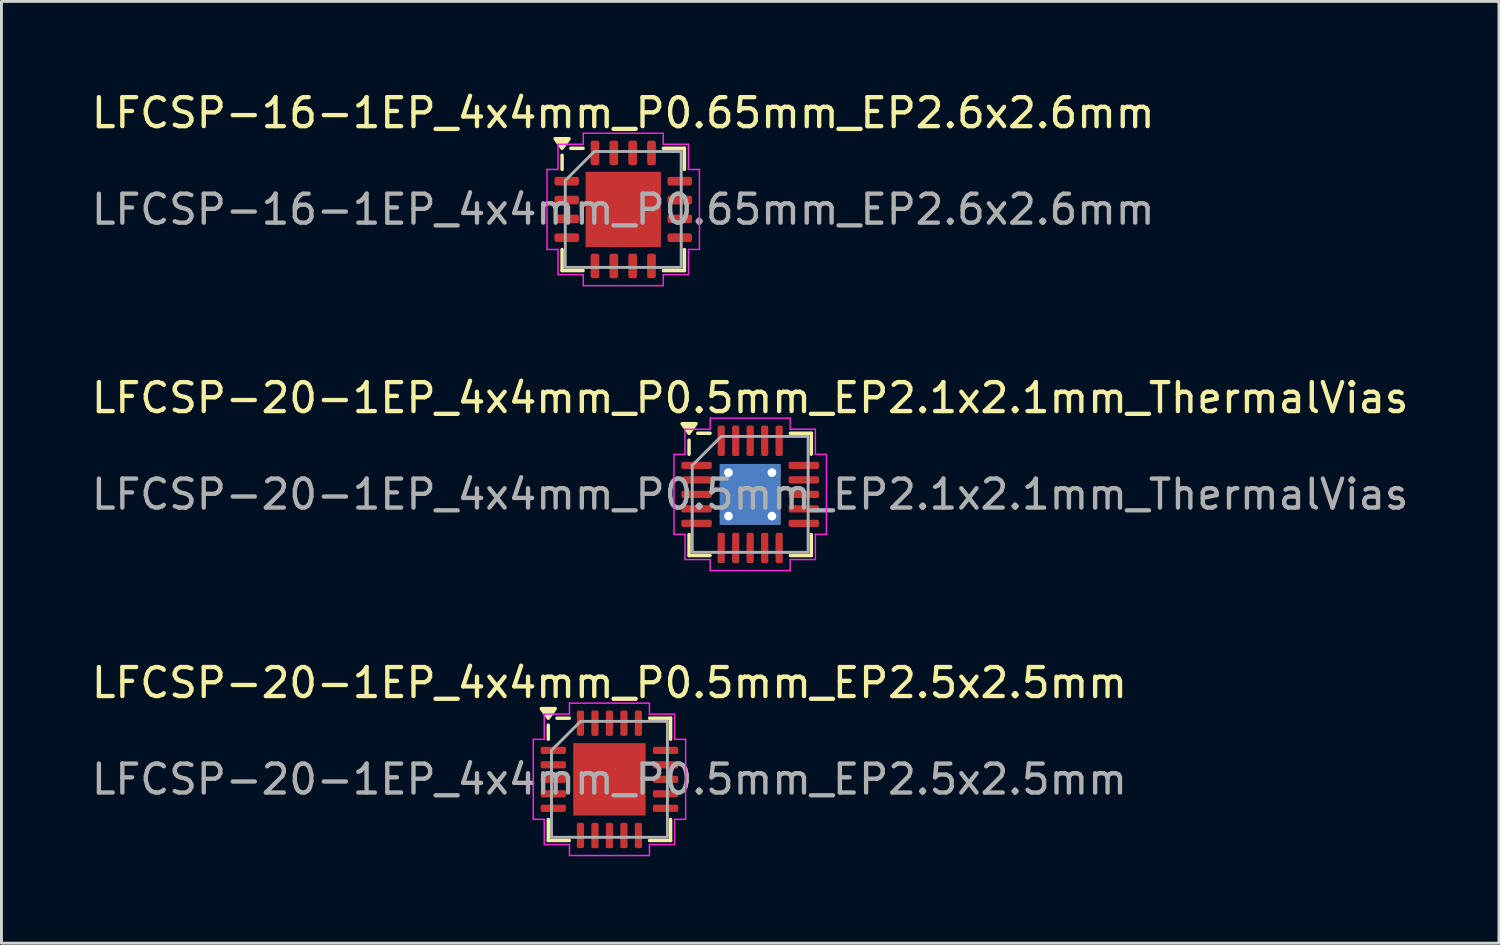
<source format=kicad_pcb>
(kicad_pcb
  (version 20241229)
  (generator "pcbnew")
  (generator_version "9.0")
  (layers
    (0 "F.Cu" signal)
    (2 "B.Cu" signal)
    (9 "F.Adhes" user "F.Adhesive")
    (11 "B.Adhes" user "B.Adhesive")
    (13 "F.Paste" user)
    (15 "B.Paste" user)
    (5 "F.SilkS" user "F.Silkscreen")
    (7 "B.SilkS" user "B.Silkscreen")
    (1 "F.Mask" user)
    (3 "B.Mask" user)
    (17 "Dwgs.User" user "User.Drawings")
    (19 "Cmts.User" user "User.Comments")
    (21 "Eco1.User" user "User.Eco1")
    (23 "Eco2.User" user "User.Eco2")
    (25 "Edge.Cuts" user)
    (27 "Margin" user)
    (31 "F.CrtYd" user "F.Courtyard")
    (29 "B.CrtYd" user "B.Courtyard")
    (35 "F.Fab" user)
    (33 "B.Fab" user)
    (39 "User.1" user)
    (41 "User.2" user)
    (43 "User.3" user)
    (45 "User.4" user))
  (footprint "LFCSP-20-1EP_4x4mm_P0.5mm_EP2.1x2.1mm_ThermalVias"
    (layer "F.Cu")
    (at 22.839 14.011)
    (property "Reference" "LFCSP-20-1EP_4x4mm_P0.5mm_EP2.1x2.1mm_ThermalVias" (at 0 -3.33 0) (layer "F.SilkS") (effects (font (size 1 1) (thickness 0.15))))
    (attr smd)
    (fp_line (start -2.11 -1.385) (end -2.11 -1.87) (stroke (width 0.12) (type solid)) (layer "F.SilkS"))
    (fp_line (start -2.11 2.11) (end -2.11 1.385) (stroke (width 0.12) (type solid)) (layer "F.SilkS"))
    (fp_line (start -1.385 -2.11) (end -1.81 -2.11) (stroke (width 0.12) (type solid)) (layer "F.SilkS"))
    (fp_line (start -1.385 2.11) (end -2.11 2.11) (stroke (width 0.12) (type solid)) (layer "F.SilkS"))
    (fp_line (start 1.385 -2.11) (end 2.11 -2.11) (stroke (width 0.12) (type solid)) (layer "F.SilkS"))
    (fp_line (start 1.385 2.11) (end 2.11 2.11) (stroke (width 0.12) (type solid)) (layer "F.SilkS"))
    (fp_line (start 2.11 -2.11) (end 2.11 -1.385) (stroke (width 0.12) (type solid)) (layer "F.SilkS"))
    (fp_line (start 2.11 2.11) (end 2.11 1.385) (stroke (width 0.12) (type solid)) (layer "F.SilkS"))
    (fp_poly (pts (xy -2.11 -2.11) (xy -2.35 -2.44) (xy -1.87 -2.44)) (stroke (width 0.12) (type solid)) (fill yes) (layer "F.SilkS"))
    (fp_line (start -2.63 -1.38) (end -2.25 -1.38) (stroke (width 0.05) (type solid)) (layer "F.CrtYd"))
    (fp_line (start -2.63 1.38) (end -2.63 -1.38) (stroke (width 0.05) (type solid)) (layer "F.CrtYd"))
    (fp_line (start -2.25 -2.25) (end -1.38 -2.25) (stroke (width 0.05) (type solid)) (layer "F.CrtYd"))
    (fp_line (start -2.25 -1.38) (end -2.25 -2.25) (stroke (width 0.05) (type solid)) (layer "F.CrtYd"))
    (fp_line (start -2.25 1.38) (end -2.63 1.38) (stroke (width 0.05) (type solid)) (layer "F.CrtYd"))
    (fp_line (start -2.25 2.25) (end -2.25 1.38) (stroke (width 0.05) (type solid)) (layer "F.CrtYd"))
    (fp_line (start -1.38 -2.63) (end 1.38 -2.63) (stroke (width 0.05) (type solid)) (layer "F.CrtYd"))
    (fp_line (start -1.38 -2.25) (end -1.38 -2.63) (stroke (width 0.05) (type solid)) (layer "F.CrtYd"))
    (fp_line (start -1.38 2.25) (end -2.25 2.25) (stroke (width 0.05) (type solid)) (layer "F.CrtYd"))
    (fp_line (start -1.38 2.63) (end -1.38 2.25) (stroke (width 0.05) (type solid)) (layer "F.CrtYd"))
    (fp_line (start 1.38 -2.63) (end 1.38 -2.25) (stroke (width 0.05) (type solid)) (layer "F.CrtYd"))
    (fp_line (start 1.38 -2.25) (end 2.25 -2.25) (stroke (width 0.05) (type solid)) (layer "F.CrtYd"))
    (fp_line (start 1.38 2.25) (end 1.38 2.63) (stroke (width 0.05) (type solid)) (layer "F.CrtYd"))
    (fp_line (start 1.38 2.63) (end -1.38 2.63) (stroke (width 0.05) (type solid)) (layer "F.CrtYd"))
    (fp_line (start 2.25 -2.25) (end 2.25 -1.38) (stroke (width 0.05) (type solid)) (layer "F.CrtYd"))
    (fp_line (start 2.25 -1.38) (end 2.63 -1.38) (stroke (width 0.05) (type solid)) (layer "F.CrtYd"))
    (fp_line (start 2.25 1.38) (end 2.25 2.25) (stroke (width 0.05) (type solid)) (layer "F.CrtYd"))
    (fp_line (start 2.25 2.25) (end 1.38 2.25) (stroke (width 0.05) (type solid)) (layer "F.CrtYd"))
    (fp_line (start 2.63 -1.38) (end 2.63 1.38) (stroke (width 0.05) (type solid)) (layer "F.CrtYd"))
    (fp_line (start 2.63 1.38) (end 2.25 1.38) (stroke (width 0.05) (type solid)) (layer "F.CrtYd"))
    (fp_poly (pts (xy -2 -1) (xy -2 2) (xy 2 2) (xy 2 -2) (xy -1 -2)) (stroke (width 0.1) (type solid)) (fill no) (layer "F.Fab"))
    (fp_text user "${REFERENCE}" (at 0 0 0) (layer "F.Fab") (effects (font (size 1 1) (thickness 0.15))))
    (pad "" smd roundrect (at 0 0) (size 1.76 1.76) (layers "F.Paste") (roundrect_rratio 0.142))
    (pad "1" smd roundrect (at -1.85 -1) (size 1.05 0.25) (layers "F.Cu" "F.Mask" "F.Paste") (roundrect_rratio 0.25))
    (pad "2" smd roundrect (at -1.85 -0.5) (size 1.05 0.25) (layers "F.Cu" "F.Mask" "F.Paste") (roundrect_rratio 0.25))
    (pad "3" smd roundrect (at -1.85 0) (size 1.05 0.25) (layers "F.Cu" "F.Mask" "F.Paste") (roundrect_rratio 0.25))
    (pad "4" smd roundrect (at -1.85 0.5) (size 1.05 0.25) (layers "F.Cu" "F.Mask" "F.Paste") (roundrect_rratio 0.25))
    (pad "5" smd roundrect (at -1.85 1) (size 1.05 0.25) (layers "F.Cu" "F.Mask" "F.Paste") (roundrect_rratio 0.25))
    (pad "6" smd roundrect (at -1 1.85) (size 0.25 1.05) (layers "F.Cu" "F.Mask" "F.Paste") (roundrect_rratio 0.25))
    (pad "7" smd roundrect (at -0.5 1.85) (size 0.25 1.05) (layers "F.Cu" "F.Mask" "F.Paste") (roundrect_rratio 0.25))
    (pad "8" smd roundrect (at 0 1.85) (size 0.25 1.05) (layers "F.Cu" "F.Mask" "F.Paste") (roundrect_rratio 0.25))
    (pad "9" smd roundrect (at 0.5 1.85) (size 0.25 1.05) (layers "F.Cu" "F.Mask" "F.Paste") (roundrect_rratio 0.25))
    (pad "10" smd roundrect (at 1 1.85) (size 0.25 1.05) (layers "F.Cu" "F.Mask" "F.Paste") (roundrect_rratio 0.25))
    (pad "11" smd roundrect (at 1.85 1) (size 1.05 0.25) (layers "F.Cu" "F.Mask" "F.Paste") (roundrect_rratio 0.25))
    (pad "12" smd roundrect (at 1.85 0.5) (size 1.05 0.25) (layers "F.Cu" "F.Mask" "F.Paste") (roundrect_rratio 0.25))
    (pad "13" smd roundrect (at 1.85 0) (size 1.05 0.25) (layers "F.Cu" "F.Mask" "F.Paste") (roundrect_rratio 0.25))
    (pad "14" smd roundrect (at 1.85 -0.5) (size 1.05 0.25) (layers "F.Cu" "F.Mask" "F.Paste") (roundrect_rratio 0.25))
    (pad "15" smd roundrect (at 1.85 -1) (size 1.05 0.25) (layers "F.Cu" "F.Mask" "F.Paste") (roundrect_rratio 0.25))
    (pad "16" smd roundrect (at 1 -1.85) (size 0.25 1.05) (layers "F.Cu" "F.Mask" "F.Paste") (roundrect_rratio 0.25))
    (pad "17" smd roundrect (at 0.5 -1.85) (size 0.25 1.05) (layers "F.Cu" "F.Mask" "F.Paste") (roundrect_rratio 0.25))
    (pad "18" smd roundrect (at 0 -1.85) (size 0.25 1.05) (layers "F.Cu" "F.Mask" "F.Paste") (roundrect_rratio 0.25))
    (pad "19" smd roundrect (at -0.5 -1.85) (size 0.25 1.05) (layers "F.Cu" "F.Mask" "F.Paste") (roundrect_rratio 0.25))
    (pad "20" smd roundrect (at -1 -1.85) (size 0.25 1.05) (layers "F.Cu" "F.Mask" "F.Paste") (roundrect_rratio 0.25))
    (pad "21" thru_hole circle (at -0.75 -0.75) (size 0.6 0.6) (drill 0.3) (property pad_prop_heatsink) (layers "*.Cu"))
    (pad "21" thru_hole circle (at -0.75 0.75) (size 0.6 0.6) (drill 0.3) (property pad_prop_heatsink) (layers "*.Cu"))
    (pad "21" smd rect (at 0 0) (size 2.1 2.1) (property pad_prop_heatsink) (layers "F.Cu" "F.Mask"))
    (pad "21" smd rect (at 0 0) (size 2.1 2.1) (property pad_prop_heatsink) (layers "B.Cu"))
    (pad "21" thru_hole circle (at 0.75 -0.75) (size 0.6 0.6) (drill 0.3) (property pad_prop_heatsink) (layers "*.Cu"))
    (pad "21" thru_hole circle (at 0.75 0.75) (size 0.6 0.6) (drill 0.3) (property pad_prop_heatsink) (layers "*.Cu")))
  (footprint "LFCSP-20-1EP_4x4mm_P0.5mm_EP2.5x2.5mm"
    (layer "F.Cu")
    (at 17.982 23.845)
    (property "Reference" "LFCSP-20-1EP_4x4mm_P0.5mm_EP2.5x2.5mm" (at 0 -3.33 0) (layer "F.SilkS") (effects (font (size 1 1) (thickness 0.15))))
    (attr smd)
    (fp_line (start -2.11 -1.385) (end -2.11 -1.87) (stroke (width 0.12) (type solid)) (layer "F.SilkS"))
    (fp_line (start -2.11 2.11) (end -2.11 1.385) (stroke (width 0.12) (type solid)) (layer "F.SilkS"))
    (fp_line (start -1.385 -2.11) (end -1.81 -2.11) (stroke (width 0.12) (type solid)) (layer "F.SilkS"))
    (fp_line (start -1.385 2.11) (end -2.11 2.11) (stroke (width 0.12) (type solid)) (layer "F.SilkS"))
    (fp_line (start 1.385 -2.11) (end 2.11 -2.11) (stroke (width 0.12) (type solid)) (layer "F.SilkS"))
    (fp_line (start 1.385 2.11) (end 2.11 2.11) (stroke (width 0.12) (type solid)) (layer "F.SilkS"))
    (fp_line (start 2.11 -2.11) (end 2.11 -1.385) (stroke (width 0.12) (type solid)) (layer "F.SilkS"))
    (fp_line (start 2.11 2.11) (end 2.11 1.385) (stroke (width 0.12) (type solid)) (layer "F.SilkS"))
    (fp_poly (pts (xy -2.11 -2.11) (xy -2.35 -2.44) (xy -1.87 -2.44)) (stroke (width 0.12) (type solid)) (fill yes) (layer "F.SilkS"))
    (fp_line (start -2.63 -1.38) (end -2.25 -1.38) (stroke (width 0.05) (type solid)) (layer "F.CrtYd"))
    (fp_line (start -2.63 1.38) (end -2.63 -1.38) (stroke (width 0.05) (type solid)) (layer "F.CrtYd"))
    (fp_line (start -2.25 -2.25) (end -1.38 -2.25) (stroke (width 0.05) (type solid)) (layer "F.CrtYd"))
    (fp_line (start -2.25 -1.38) (end -2.25 -2.25) (stroke (width 0.05) (type solid)) (layer "F.CrtYd"))
    (fp_line (start -2.25 1.38) (end -2.63 1.38) (stroke (width 0.05) (type solid)) (layer "F.CrtYd"))
    (fp_line (start -2.25 2.25) (end -2.25 1.38) (stroke (width 0.05) (type solid)) (layer "F.CrtYd"))
    (fp_line (start -1.38 -2.63) (end 1.38 -2.63) (stroke (width 0.05) (type solid)) (layer "F.CrtYd"))
    (fp_line (start -1.38 -2.25) (end -1.38 -2.63) (stroke (width 0.05) (type solid)) (layer "F.CrtYd"))
    (fp_line (start -1.38 2.25) (end -2.25 2.25) (stroke (width 0.05) (type solid)) (layer "F.CrtYd"))
    (fp_line (start -1.38 2.63) (end -1.38 2.25) (stroke (width 0.05) (type solid)) (layer "F.CrtYd"))
    (fp_line (start 1.38 -2.63) (end 1.38 -2.25) (stroke (width 0.05) (type solid)) (layer "F.CrtYd"))
    (fp_line (start 1.38 -2.25) (end 2.25 -2.25) (stroke (width 0.05) (type solid)) (layer "F.CrtYd"))
    (fp_line (start 1.38 2.25) (end 1.38 2.63) (stroke (width 0.05) (type solid)) (layer "F.CrtYd"))
    (fp_line (start 1.38 2.63) (end -1.38 2.63) (stroke (width 0.05) (type solid)) (layer "F.CrtYd"))
    (fp_line (start 2.25 -2.25) (end 2.25 -1.38) (stroke (width 0.05) (type solid)) (layer "F.CrtYd"))
    (fp_line (start 2.25 -1.38) (end 2.63 -1.38) (stroke (width 0.05) (type solid)) (layer "F.CrtYd"))
    (fp_line (start 2.25 1.38) (end 2.25 2.25) (stroke (width 0.05) (type solid)) (layer "F.CrtYd"))
    (fp_line (start 2.25 2.25) (end 1.38 2.25) (stroke (width 0.05) (type solid)) (layer "F.CrtYd"))
    (fp_line (start 2.63 -1.38) (end 2.63 1.38) (stroke (width 0.05) (type solid)) (layer "F.CrtYd"))
    (fp_line (start 2.63 1.38) (end 2.25 1.38) (stroke (width 0.05) (type solid)) (layer "F.CrtYd"))
    (fp_poly (pts (xy -2 -1) (xy -2 2) (xy 2 2) (xy 2 -2) (xy -1 -2)) (stroke (width 0.1) (type solid)) (fill no) (layer "F.Fab"))
    (fp_text user "${REFERENCE}" (at 0 0 0) (layer "F.Fab") (effects (font (size 1 1) (thickness 0.15))))
    (pad "" smd roundrect (at -0.625 -0.625) (size 1.01 1.01) (layers "F.Paste") (roundrect_rratio 0.248))
    (pad "" smd roundrect (at -0.625 0.625) (size 1.01 1.01) (layers "F.Paste") (roundrect_rratio 0.248))
    (pad "" smd roundrect (at 0.625 -0.625) (size 1.01 1.01) (layers "F.Paste") (roundrect_rratio 0.248))
    (pad "" smd roundrect (at 0.625 0.625) (size 1.01 1.01) (layers "F.Paste") (roundrect_rratio 0.248))
    (pad "1" smd roundrect (at -1.938 -1) (size 0.875 0.25) (layers "F.Cu" "F.Mask" "F.Paste") (roundrect_rratio 0.25))
    (pad "2" smd roundrect (at -1.938 -0.5) (size 0.875 0.25) (layers "F.Cu" "F.Mask" "F.Paste") (roundrect_rratio 0.25))
    (pad "3" smd roundrect (at -1.938 0) (size 0.875 0.25) (layers "F.Cu" "F.Mask" "F.Paste") (roundrect_rratio 0.25))
    (pad "4" smd roundrect (at -1.938 0.5) (size 0.875 0.25) (layers "F.Cu" "F.Mask" "F.Paste") (roundrect_rratio 0.25))
    (pad "5" smd roundrect (at -1.938 1) (size 0.875 0.25) (layers "F.Cu" "F.Mask" "F.Paste") (roundrect_rratio 0.25))
    (pad "6" smd roundrect (at -1 1.938) (size 0.25 0.875) (layers "F.Cu" "F.Mask" "F.Paste") (roundrect_rratio 0.25))
    (pad "7" smd roundrect (at -0.5 1.938) (size 0.25 0.875) (layers "F.Cu" "F.Mask" "F.Paste") (roundrect_rratio 0.25))
    (pad "8" smd roundrect (at 0 1.938) (size 0.25 0.875) (layers "F.Cu" "F.Mask" "F.Paste") (roundrect_rratio 0.25))
    (pad "9" smd roundrect (at 0.5 1.938) (size 0.25 0.875) (layers "F.Cu" "F.Mask" "F.Paste") (roundrect_rratio 0.25))
    (pad "10" smd roundrect (at 1 1.938) (size 0.25 0.875) (layers "F.Cu" "F.Mask" "F.Paste") (roundrect_rratio 0.25))
    (pad "11" smd roundrect (at 1.938 1) (size 0.875 0.25) (layers "F.Cu" "F.Mask" "F.Paste") (roundrect_rratio 0.25))
    (pad "12" smd roundrect (at 1.938 0.5) (size 0.875 0.25) (layers "F.Cu" "F.Mask" "F.Paste") (roundrect_rratio 0.25))
    (pad "13" smd roundrect (at 1.938 0) (size 0.875 0.25) (layers "F.Cu" "F.Mask" "F.Paste") (roundrect_rratio 0.25))
    (pad "14" smd roundrect (at 1.938 -0.5) (size 0.875 0.25) (layers "F.Cu" "F.Mask" "F.Paste") (roundrect_rratio 0.25))
    (pad "15" smd roundrect (at 1.938 -1) (size 0.875 0.25) (layers "F.Cu" "F.Mask" "F.Paste") (roundrect_rratio 0.25))
    (pad "16" smd roundrect (at 1 -1.938) (size 0.25 0.875) (layers "F.Cu" "F.Mask" "F.Paste") (roundrect_rratio 0.25))
    (pad "17" smd roundrect (at 0.5 -1.938) (size 0.25 0.875) (layers "F.Cu" "F.Mask" "F.Paste") (roundrect_rratio 0.25))
    (pad "18" smd roundrect (at 0 -1.938) (size 0.25 0.875) (layers "F.Cu" "F.Mask" "F.Paste") (roundrect_rratio 0.25))
    (pad "19" smd roundrect (at -0.5 -1.938) (size 0.25 0.875) (layers "F.Cu" "F.Mask" "F.Paste") (roundrect_rratio 0.25))
    (pad "20" smd roundrect (at -1 -1.938) (size 0.25 0.875) (layers "F.Cu" "F.Mask" "F.Paste") (roundrect_rratio 0.25))
    (pad "21" smd rect (at 0 0) (size 2.5 2.5) (property pad_prop_heatsink) (layers "F.Cu" "F.Mask")))
  (footprint "LFCSP-16-1EP_4x4mm_P0.65mm_EP2.6x2.6mm"
    (layer "F.Cu")
    (at 18.458 4.178)
    (property "Reference" "LFCSP-16-1EP_4x4mm_P0.65mm_EP2.6x2.6mm" (at 0 -3.33 0) (layer "F.SilkS") (effects (font (size 1 1) (thickness 0.15))))
    (attr smd)
    (fp_line (start -2.11 -1.385) (end -2.11 -1.87) (stroke (width 0.12) (type solid)) (layer "F.SilkS"))
    (fp_line (start -2.11 2.11) (end -2.11 1.385) (stroke (width 0.12) (type solid)) (layer "F.SilkS"))
    (fp_line (start -1.385 -2.11) (end -1.81 -2.11) (stroke (width 0.12) (type solid)) (layer "F.SilkS"))
    (fp_line (start -1.385 2.11) (end -2.11 2.11) (stroke (width 0.12) (type solid)) (layer "F.SilkS"))
    (fp_line (start 1.385 -2.11) (end 2.11 -2.11) (stroke (width 0.12) (type solid)) (layer "F.SilkS"))
    (fp_line (start 1.385 2.11) (end 2.11 2.11) (stroke (width 0.12) (type solid)) (layer "F.SilkS"))
    (fp_line (start 2.11 -2.11) (end 2.11 -1.385) (stroke (width 0.12) (type solid)) (layer "F.SilkS"))
    (fp_line (start 2.11 2.11) (end 2.11 1.385) (stroke (width 0.12) (type solid)) (layer "F.SilkS"))
    (fp_poly (pts (xy -2.11 -2.11) (xy -2.35 -2.44) (xy -1.87 -2.44)) (stroke (width 0.12) (type solid)) (fill yes) (layer "F.SilkS"))
    (fp_line (start -2.63 -1.38) (end -2.25 -1.38) (stroke (width 0.05) (type solid)) (layer "F.CrtYd"))
    (fp_line (start -2.63 1.38) (end -2.63 -1.38) (stroke (width 0.05) (type solid)) (layer "F.CrtYd"))
    (fp_line (start -2.25 -2.25) (end -1.38 -2.25) (stroke (width 0.05) (type solid)) (layer "F.CrtYd"))
    (fp_line (start -2.25 -1.38) (end -2.25 -2.25) (stroke (width 0.05) (type solid)) (layer "F.CrtYd"))
    (fp_line (start -2.25 1.38) (end -2.63 1.38) (stroke (width 0.05) (type solid)) (layer "F.CrtYd"))
    (fp_line (start -2.25 2.25) (end -2.25 1.38) (stroke (width 0.05) (type solid)) (layer "F.CrtYd"))
    (fp_line (start -1.38 -2.63) (end 1.38 -2.63) (stroke (width 0.05) (type solid)) (layer "F.CrtYd"))
    (fp_line (start -1.38 -2.25) (end -1.38 -2.63) (stroke (width 0.05) (type solid)) (layer "F.CrtYd"))
    (fp_line (start -1.38 2.25) (end -2.25 2.25) (stroke (width 0.05) (type solid)) (layer "F.CrtYd"))
    (fp_line (start -1.38 2.63) (end -1.38 2.25) (stroke (width 0.05) (type solid)) (layer "F.CrtYd"))
    (fp_line (start 1.38 -2.63) (end 1.38 -2.25) (stroke (width 0.05) (type solid)) (layer "F.CrtYd"))
    (fp_line (start 1.38 -2.25) (end 2.25 -2.25) (stroke (width 0.05) (type solid)) (layer "F.CrtYd"))
    (fp_line (start 1.38 2.25) (end 1.38 2.63) (stroke (width 0.05) (type solid)) (layer "F.CrtYd"))
    (fp_line (start 1.38 2.63) (end -1.38 2.63) (stroke (width 0.05) (type solid)) (layer "F.CrtYd"))
    (fp_line (start 2.25 -2.25) (end 2.25 -1.38) (stroke (width 0.05) (type solid)) (layer "F.CrtYd"))
    (fp_line (start 2.25 -1.38) (end 2.63 -1.38) (stroke (width 0.05) (type solid)) (layer "F.CrtYd"))
    (fp_line (start 2.25 1.38) (end 2.25 2.25) (stroke (width 0.05) (type solid)) (layer "F.CrtYd"))
    (fp_line (start 2.25 2.25) (end 1.38 2.25) (stroke (width 0.05) (type solid)) (layer "F.CrtYd"))
    (fp_line (start 2.63 -1.38) (end 2.63 1.38) (stroke (width 0.05) (type solid)) (layer "F.CrtYd"))
    (fp_line (start 2.63 1.38) (end 2.25 1.38) (stroke (width 0.05) (type solid)) (layer "F.CrtYd"))
    (fp_poly (pts (xy -2 -1) (xy -2 2) (xy 2 2) (xy 2 -2) (xy -1 -2)) (stroke (width 0.1) (type solid)) (fill no) (layer "F.Fab"))
    (fp_text user "${REFERENCE}" (at 0 0 0) (layer "F.Fab") (effects (font (size 1 1) (thickness 0.15))))
    (pad "" smd roundrect (at -0.65 -0.65) (size 1.05 1.05) (layers "F.Paste") (roundrect_rratio 0.238))
    (pad "" smd roundrect (at -0.65 0.65) (size 1.05 1.05) (layers "F.Paste") (roundrect_rratio 0.238))
    (pad "" smd roundrect (at 0.65 -0.65) (size 1.05 1.05) (layers "F.Paste") (roundrect_rratio 0.238))
    (pad "" smd roundrect (at 0.65 0.65) (size 1.05 1.05) (layers "F.Paste") (roundrect_rratio 0.238))
    (pad "1" smd roundrect (at -1.95 -0.975) (size 0.85 0.3) (layers "F.Cu" "F.Mask" "F.Paste") (roundrect_rratio 0.25))
    (pad "2" smd roundrect (at -1.95 -0.325) (size 0.85 0.3) (layers "F.Cu" "F.Mask" "F.Paste") (roundrect_rratio 0.25))
    (pad "3" smd roundrect (at -1.95 0.325) (size 0.85 0.3) (layers "F.Cu" "F.Mask" "F.Paste") (roundrect_rratio 0.25))
    (pad "4" smd roundrect (at -1.95 0.975) (size 0.85 0.3) (layers "F.Cu" "F.Mask" "F.Paste") (roundrect_rratio 0.25))
    (pad "5" smd roundrect (at -0.975 1.95) (size 0.3 0.85) (layers "F.Cu" "F.Mask" "F.Paste") (roundrect_rratio 0.25))
    (pad "6" smd roundrect (at -0.325 1.95) (size 0.3 0.85) (layers "F.Cu" "F.Mask" "F.Paste") (roundrect_rratio 0.25))
    (pad "7" smd roundrect (at 0.325 1.95) (size 0.3 0.85) (layers "F.Cu" "F.Mask" "F.Paste") (roundrect_rratio 0.25))
    (pad "8" smd roundrect (at 0.975 1.95) (size 0.3 0.85) (layers "F.Cu" "F.Mask" "F.Paste") (roundrect_rratio 0.25))
    (pad "9" smd roundrect (at 1.95 0.975) (size 0.85 0.3) (layers "F.Cu" "F.Mask" "F.Paste") (roundrect_rratio 0.25))
    (pad "10" smd roundrect (at 1.95 0.325) (size 0.85 0.3) (layers "F.Cu" "F.Mask" "F.Paste") (roundrect_rratio 0.25))
    (pad "11" smd roundrect (at 1.95 -0.325) (size 0.85 0.3) (layers "F.Cu" "F.Mask" "F.Paste") (roundrect_rratio 0.25))
    (pad "12" smd roundrect (at 1.95 -0.975) (size 0.85 0.3) (layers "F.Cu" "F.Mask" "F.Paste") (roundrect_rratio 0.25))
    (pad "13" smd roundrect (at 0.975 -1.95) (size 0.3 0.85) (layers "F.Cu" "F.Mask" "F.Paste") (roundrect_rratio 0.25))
    (pad "14" smd roundrect (at 0.325 -1.95) (size 0.3 0.85) (layers "F.Cu" "F.Mask" "F.Paste") (roundrect_rratio 0.25))
    (pad "15" smd roundrect (at -0.325 -1.95) (size 0.3 0.85) (layers "F.Cu" "F.Mask" "F.Paste") (roundrect_rratio 0.25))
    (pad "16" smd roundrect (at -0.975 -1.95) (size 0.3 0.85) (layers "F.Cu" "F.Mask" "F.Paste") (roundrect_rratio 0.25))
    (pad "17" smd rect (at 0 0) (size 2.6 2.6) (property pad_prop_heatsink) (layers "F.Cu" "F.Mask")))
  (gr_rect
    (start -3 -3)
    (end 48.679 29.5)
    (stroke (width 0.1) (type default))
    (fill no)
    (layer "Edge.Cuts")))
</source>
